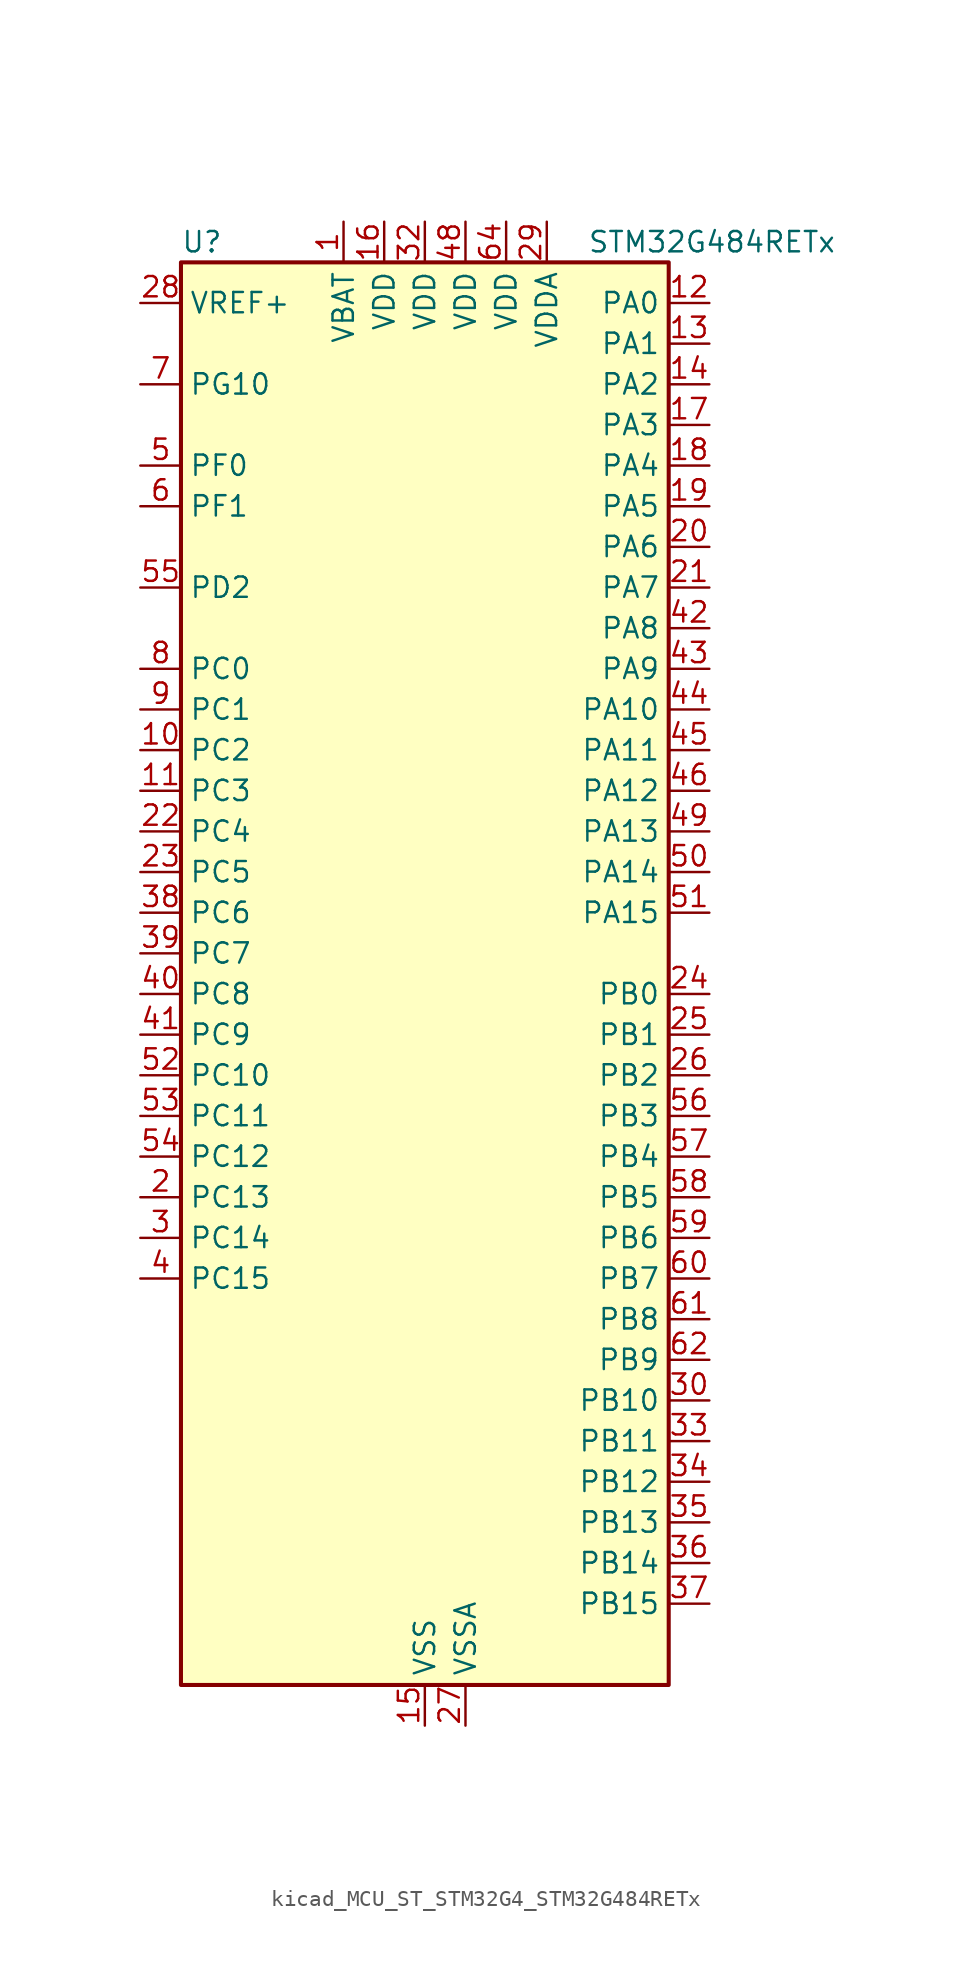
<source format=kicad_sym>
(kicad_symbol_lib
  (version 20220914)
  (generator kicad_symbol_editor)
  (symbol "kicad_MCU_ST_STM32G4_STM32G484RETx"
    (property "Reference" "U"
      (at -15.24 46.99 0)
      (effects (font (size 1.27 1.27)) (justify left)))
    (property "Value" "STM32G484RETx"
      (at 10.16 46.99 0)
      (effects (font (size 1.27 1.27)) (justify left)))
    (property "ki_locked" ""
      (at 0 0 0)
      (effects (font (size 1.27 1.27))))
    (symbol "kicad_MCU_ST_STM32G4_STM32G484RETx_0_1"
      (rectangle (start -15.24 -43.18) (end 15.24 45.72) (stroke (width 0.254) (type default)) (fill (type background))))
    (symbol "kicad_MCU_ST_STM32G4_STM32G484RETx_1_1"
      (pin power_in line (at -5.08 48.26 270) (length 2.54) (name "VBAT" (effects (font (size 1.27 1.27)))) (number "1" (effects (font (size 1.27 1.27)))))
      (pin bidirectional line (at -17.78 15.24 0) (length 2.54) (name "PC2" (effects (font (size 1.27 1.27)))) (number "10" (effects (font (size 1.27 1.27)))) (alternate "ADC1_IN8" bidirectional line) (alternate "ADC2_IN8" bidirectional line) (alternate "ADC3_EXTI2" bidirectional line) (alternate "ADC4_EXTI2" bidirectional line) (alternate "ADC5_EXTI2" bidirectional line) (alternate "COMP3_OUT" bidirectional line) (alternate "LPTIM1_IN2" bidirectional line) (alternate "QUADSPI1_BK2_IO1" bidirectional line) (alternate "TIM1_CH3" bidirectional line) (alternate "TIM20_CH2" bidirectional line))
      (pin bidirectional line (at -17.78 12.7 0) (length 2.54) (name "PC3" (effects (font (size 1.27 1.27)))) (number "11" (effects (font (size 1.27 1.27)))) (alternate "ADC1_IN9" bidirectional line) (alternate "ADC2_IN9" bidirectional line) (alternate "ADC3_EXTI3" bidirectional line) (alternate "ADC4_EXTI3" bidirectional line) (alternate "ADC5_EXTI3" bidirectional line) (alternate "LPTIM1_ETR" bidirectional line) (alternate "OPAMP5_VINP" bidirectional line) (alternate "OPAMP5_VINP_SEC" bidirectional line) (alternate "QUADSPI1_BK2_IO2" bidirectional line) (alternate "SAI1_D1" bidirectional line) (alternate "SAI1_SD_A" bidirectional line) (alternate "TIM1_BKIN2" bidirectional line) (alternate "TIM1_CH4" bidirectional line))
      (pin bidirectional line (at 17.78 43.18 180) (length 2.54) (name "PA0" (effects (font (size 1.27 1.27)))) (number "12" (effects (font (size 1.27 1.27)))) (alternate "ADC1_IN1" bidirectional line) (alternate "ADC2_IN1" bidirectional line) (alternate "COMP1_INM" bidirectional line) (alternate "COMP1_OUT" bidirectional line) (alternate "COMP3_INP" bidirectional line) (alternate "RTC_TAMP2" bidirectional line) (alternate "SYS_WKUP1" bidirectional line) (alternate "TIM2_CH1" bidirectional line) (alternate "TIM2_ETR" bidirectional line) (alternate "TIM5_CH1" bidirectional line) (alternate "TIM8_BKIN" bidirectional line) (alternate "TIM8_ETR" bidirectional line) (alternate "USART2_CTS" bidirectional line) (alternate "USART2_NSS" bidirectional line))
      (pin bidirectional line (at 17.78 40.64 180) (length 2.54) (name "PA1" (effects (font (size 1.27 1.27)))) (number "13" (effects (font (size 1.27 1.27)))) (alternate "ADC1_IN2" bidirectional line) (alternate "ADC2_IN2" bidirectional line) (alternate "COMP1_INP" bidirectional line) (alternate "OPAMP1_VINP" bidirectional line) (alternate "OPAMP1_VINP_SEC" bidirectional line) (alternate "OPAMP3_VINP" bidirectional line) (alternate "OPAMP3_VINP_SEC" bidirectional line) (alternate "OPAMP6_VINM" bidirectional line) (alternate "OPAMP6_VINM0" bidirectional line) (alternate "OPAMP6_VINM_SEC" bidirectional line) (alternate "RTC_REFIN" bidirectional line) (alternate "TIM15_CH1N" bidirectional line) (alternate "TIM2_CH2" bidirectional line) (alternate "TIM5_CH2" bidirectional line) (alternate "USART2_DE" bidirectional line) (alternate "USART2_RTS" bidirectional line))
      (pin bidirectional line (at 17.78 38.1 180) (length 2.54) (name "PA2" (effects (font (size 1.27 1.27)))) (number "14" (effects (font (size 1.27 1.27)))) (alternate "ADC1_IN3" bidirectional line) (alternate "ADC3_EXTI2" bidirectional line) (alternate "ADC4_EXTI2" bidirectional line) (alternate "ADC5_EXTI2" bidirectional line) (alternate "COMP2_INM" bidirectional line) (alternate "COMP2_OUT" bidirectional line) (alternate "LPUART1_TX" bidirectional line) (alternate "OPAMP1_VOUT" bidirectional line) (alternate "QUADSPI1_BK1_NCS" bidirectional line) (alternate "RCC_LSCO" bidirectional line) (alternate "SYS_WKUP4" bidirectional line) (alternate "TIM15_CH1" bidirectional line) (alternate "TIM2_CH3" bidirectional line) (alternate "TIM5_CH3" bidirectional line) (alternate "UCPD1_FRSTX1" bidirectional line) (alternate "UCPD1_FRSTX2" bidirectional line) (alternate "USART2_TX" bidirectional line))
      (pin power_in line (at 0 -45.72 90) (length 2.54) (name "VSS" (effects (font (size 1.27 1.27)))) (number "15" (effects (font (size 1.27 1.27)))))
      (pin power_in line (at -2.54 48.26 270) (length 2.54) (name "VDD" (effects (font (size 1.27 1.27)))) (number "16" (effects (font (size 1.27 1.27)))))
      (pin bidirectional line (at 17.78 35.56 180) (length 2.54) (name "PA3" (effects (font (size 1.27 1.27)))) (number "17" (effects (font (size 1.27 1.27)))) (alternate "ADC1_IN4" bidirectional line) (alternate "ADC3_EXTI3" bidirectional line) (alternate "ADC4_EXTI3" bidirectional line) (alternate "ADC5_EXTI3" bidirectional line) (alternate "COMP2_INP" bidirectional line) (alternate "LPUART1_RX" bidirectional line) (alternate "OPAMP1_VINM" bidirectional line) (alternate "OPAMP1_VINM0" bidirectional line) (alternate "OPAMP1_VINM_SEC" bidirectional line) (alternate "OPAMP1_VINP" bidirectional line) (alternate "OPAMP1_VINP_SEC" bidirectional line) (alternate "OPAMP5_VINM" bidirectional line) (alternate "OPAMP5_VINM1" bidirectional line) (alternate "OPAMP5_VINM_SEC" bidirectional line) (alternate "QUADSPI1_CLK" bidirectional line) (alternate "SAI1_CK1" bidirectional line) (alternate "SAI1_MCLK_A" bidirectional line) (alternate "TIM15_CH2" bidirectional line) (alternate "TIM2_CH4" bidirectional line) (alternate "TIM5_CH4" bidirectional line) (alternate "USART2_RX" bidirectional line))
      (pin bidirectional line (at 17.78 33.02 180) (length 2.54) (name "PA4" (effects (font (size 1.27 1.27)))) (number "18" (effects (font (size 1.27 1.27)))) (alternate "ADC2_IN17" bidirectional line) (alternate "COMP1_INM" bidirectional line) (alternate "DAC1_OUT1" bidirectional line) (alternate "I2S3_WS" bidirectional line) (alternate "SAI1_FS_B" bidirectional line) (alternate "SPI1_NSS" bidirectional line) (alternate "SPI3_NSS" bidirectional line) (alternate "TIM3_CH2" bidirectional line) (alternate "USART2_CK" bidirectional line))
      (pin bidirectional line (at 17.78 30.48 180) (length 2.54) (name "PA5" (effects (font (size 1.27 1.27)))) (number "19" (effects (font (size 1.27 1.27)))) (alternate "ADC2_IN13" bidirectional line) (alternate "COMP2_INM" bidirectional line) (alternate "DAC1_OUT2" bidirectional line) (alternate "OPAMP2_VINM" bidirectional line) (alternate "OPAMP2_VINM0" bidirectional line) (alternate "OPAMP2_VINM_SEC" bidirectional line) (alternate "SPI1_SCK" bidirectional line) (alternate "TIM2_CH1" bidirectional line) (alternate "TIM2_ETR" bidirectional line) (alternate "UCPD1_FRSTX1" bidirectional line) (alternate "UCPD1_FRSTX2" bidirectional line))
      (pin bidirectional line (at -17.78 -12.7 0) (length 2.54) (name "PC13" (effects (font (size 1.27 1.27)))) (number "2" (effects (font (size 1.27 1.27)))) (alternate "RTC_OUT1" bidirectional line) (alternate "RTC_TAMP1" bidirectional line) (alternate "RTC_TS" bidirectional line) (alternate "SYS_WKUP2" bidirectional line) (alternate "TIM1_BKIN" bidirectional line) (alternate "TIM1_CH1N" bidirectional line) (alternate "TIM8_CH4N" bidirectional line))
      (pin bidirectional line (at 17.78 27.94 180) (length 2.54) (name "PA6" (effects (font (size 1.27 1.27)))) (number "20" (effects (font (size 1.27 1.27)))) (alternate "ADC2_IN3" bidirectional line) (alternate "COMP1_OUT" bidirectional line) (alternate "DAC2_OUT1" bidirectional line) (alternate "LPUART1_CTS" bidirectional line) (alternate "OPAMP2_VOUT" bidirectional line) (alternate "QUADSPI1_BK1_IO3" bidirectional line) (alternate "SPI1_MISO" bidirectional line) (alternate "TIM16_CH1" bidirectional line) (alternate "TIM1_BKIN" bidirectional line) (alternate "TIM3_CH1" bidirectional line) (alternate "TIM8_BKIN" bidirectional line))
      (pin bidirectional line (at 17.78 25.4 180) (length 2.54) (name "PA7" (effects (font (size 1.27 1.27)))) (number "21" (effects (font (size 1.27 1.27)))) (alternate "ADC2_IN4" bidirectional line) (alternate "COMP2_INP" bidirectional line) (alternate "COMP2_OUT" bidirectional line) (alternate "OPAMP1_VINP" bidirectional line) (alternate "OPAMP1_VINP_SEC" bidirectional line) (alternate "OPAMP2_VINP" bidirectional line) (alternate "OPAMP2_VINP_SEC" bidirectional line) (alternate "QUADSPI1_BK1_IO2" bidirectional line) (alternate "SPI1_MOSI" bidirectional line) (alternate "TIM17_CH1" bidirectional line) (alternate "TIM1_CH1N" bidirectional line) (alternate "TIM3_CH2" bidirectional line) (alternate "TIM8_CH1N" bidirectional line) (alternate "UCPD1_FRSTX1" bidirectional line) (alternate "UCPD1_FRSTX2" bidirectional line))
      (pin bidirectional line (at -17.78 10.16 0) (length 2.54) (name "PC4" (effects (font (size 1.27 1.27)))) (number "22" (effects (font (size 1.27 1.27)))) (alternate "ADC2_IN5" bidirectional line) (alternate "I2C2_SCL" bidirectional line) (alternate "QUADSPI1_BK2_IO3" bidirectional line) (alternate "TIM1_ETR" bidirectional line) (alternate "USART1_TX" bidirectional line))
      (pin bidirectional line (at -17.78 7.62 0) (length 2.54) (name "PC5" (effects (font (size 1.27 1.27)))) (number "23" (effects (font (size 1.27 1.27)))) (alternate "ADC2_IN11" bidirectional line) (alternate "HRTIM1_EEV10" bidirectional line) (alternate "OPAMP1_VINM" bidirectional line) (alternate "OPAMP1_VINM1" bidirectional line) (alternate "OPAMP1_VINM_SEC" bidirectional line) (alternate "OPAMP2_VINM" bidirectional line) (alternate "OPAMP2_VINM1" bidirectional line) (alternate "OPAMP2_VINM_SEC" bidirectional line) (alternate "SAI1_D3" bidirectional line) (alternate "SYS_WKUP5" bidirectional line) (alternate "TIM15_BKIN" bidirectional line) (alternate "TIM1_CH4N" bidirectional line) (alternate "USART1_RX" bidirectional line))
      (pin bidirectional line (at 17.78 0 180) (length 2.54) (name "PB0" (effects (font (size 1.27 1.27)))) (number "24" (effects (font (size 1.27 1.27)))) (alternate "ADC1_IN15" bidirectional line) (alternate "ADC3_IN12" bidirectional line) (alternate "COMP4_INP" bidirectional line) (alternate "HRTIM1_FLT5" bidirectional line) (alternate "OPAMP2_VINP" bidirectional line) (alternate "OPAMP2_VINP_SEC" bidirectional line) (alternate "OPAMP3_VINP" bidirectional line) (alternate "OPAMP3_VINP_SEC" bidirectional line) (alternate "QUADSPI1_BK1_IO1" bidirectional line) (alternate "TIM1_CH2N" bidirectional line) (alternate "TIM3_CH3" bidirectional line) (alternate "TIM8_CH2N" bidirectional line) (alternate "UCPD1_FRSTX1" bidirectional line) (alternate "UCPD1_FRSTX2" bidirectional line))
      (pin bidirectional line (at 17.78 -2.54 180) (length 2.54) (name "PB1" (effects (font (size 1.27 1.27)))) (number "25" (effects (font (size 1.27 1.27)))) (alternate "ADC1_IN12" bidirectional line) (alternate "ADC3_IN1" bidirectional line) (alternate "COMP1_INP" bidirectional line) (alternate "COMP4_OUT" bidirectional line) (alternate "HRTIM1_SCOUT" bidirectional line) (alternate "LPUART1_DE" bidirectional line) (alternate "LPUART1_RTS" bidirectional line) (alternate "OPAMP3_VOUT" bidirectional line) (alternate "OPAMP6_VINM" bidirectional line) (alternate "OPAMP6_VINM1" bidirectional line) (alternate "OPAMP6_VINM_SEC" bidirectional line) (alternate "QUADSPI1_BK1_IO0" bidirectional line) (alternate "TIM1_CH3N" bidirectional line) (alternate "TIM3_CH4" bidirectional line) (alternate "TIM8_CH3N" bidirectional line))
      (pin bidirectional line (at 17.78 -5.08 180) (length 2.54) (name "PB2" (effects (font (size 1.27 1.27)))) (number "26" (effects (font (size 1.27 1.27)))) (alternate "ADC2_IN12" bidirectional line) (alternate "ADC3_EXTI2" bidirectional line) (alternate "ADC4_EXTI2" bidirectional line) (alternate "ADC5_EXTI2" bidirectional line) (alternate "COMP4_INM" bidirectional line) (alternate "HRTIM1_SCIN" bidirectional line) (alternate "I2C3_SMBA" bidirectional line) (alternate "LPTIM1_OUT" bidirectional line) (alternate "OPAMP3_VINM" bidirectional line) (alternate "OPAMP3_VINM0" bidirectional line) (alternate "OPAMP3_VINM_SEC" bidirectional line) (alternate "QUADSPI1_BK2_IO1" bidirectional line) (alternate "RTC_OUT2" bidirectional line) (alternate "TIM20_CH1" bidirectional line) (alternate "TIM5_CH1" bidirectional line))
      (pin power_in line (at 2.54 -45.72 90) (length 2.54) (name "VSSA" (effects (font (size 1.27 1.27)))) (number "27" (effects (font (size 1.27 1.27)))))
      (pin input line (at -17.78 43.18 0) (length 2.54) (name "VREF+" (effects (font (size 1.27 1.27)))) (number "28" (effects (font (size 1.27 1.27)))) (alternate "VREFBUF_OUT" bidirectional line))
      (pin power_in line (at 7.62 48.26 270) (length 2.54) (name "VDDA" (effects (font (size 1.27 1.27)))) (number "29" (effects (font (size 1.27 1.27)))))
      (pin bidirectional line (at -17.78 -15.24 0) (length 2.54) (name "PC14" (effects (font (size 1.27 1.27)))) (number "3" (effects (font (size 1.27 1.27)))) (alternate "RCC_OSC32_IN" bidirectional line))
      (pin bidirectional line (at 17.78 -25.4 180) (length 2.54) (name "PB10" (effects (font (size 1.27 1.27)))) (number "30" (effects (font (size 1.27 1.27)))) (alternate "COMP5_INM" bidirectional line) (alternate "DAC1_EXTI10" bidirectional line) (alternate "DAC2_EXTI10" bidirectional line) (alternate "DAC3_EXTI10" bidirectional line) (alternate "DAC4_EXTI10" bidirectional line) (alternate "HRTIM1_FLT3" bidirectional line) (alternate "LPUART1_RX" bidirectional line) (alternate "OPAMP3_VINM" bidirectional line) (alternate "OPAMP3_VINM1" bidirectional line) (alternate "OPAMP3_VINM_SEC" bidirectional line) (alternate "OPAMP4_VINM" bidirectional line) (alternate "OPAMP4_VINM0" bidirectional line) (alternate "OPAMP4_VINM_SEC" bidirectional line) (alternate "QUADSPI1_CLK" bidirectional line) (alternate "SAI1_SCK_A" bidirectional line) (alternate "TIM1_BKIN" bidirectional line) (alternate "TIM2_CH3" bidirectional line) (alternate "USART3_TX" bidirectional line))
      (pin passive line (at 0 -45.72 90) (length 2.54) hide (name "VSS" (effects (font (size 1.27 1.27)))) (number "31" (effects (font (size 1.27 1.27)))))
      (pin power_in line (at 0 48.26 270) (length 2.54) (name "VDD" (effects (font (size 1.27 1.27)))) (number "32" (effects (font (size 1.27 1.27)))))
      (pin bidirectional line (at 17.78 -27.94 180) (length 2.54) (name "PB11" (effects (font (size 1.27 1.27)))) (number "33" (effects (font (size 1.27 1.27)))) (alternate "ADC1_EXTI11" bidirectional line) (alternate "ADC1_IN14" bidirectional line) (alternate "ADC2_EXTI11" bidirectional line) (alternate "ADC2_IN14" bidirectional line) (alternate "COMP6_INP" bidirectional line) (alternate "HRTIM1_FLT4" bidirectional line) (alternate "LPUART1_TX" bidirectional line) (alternate "OPAMP4_VINP" bidirectional line) (alternate "OPAMP4_VINP_SEC" bidirectional line) (alternate "OPAMP6_VOUT" bidirectional line) (alternate "QUADSPI1_BK1_NCS" bidirectional line) (alternate "TIM2_CH4" bidirectional line) (alternate "USART3_RX" bidirectional line))
      (pin bidirectional line (at 17.78 -30.48 180) (length 2.54) (name "PB12" (effects (font (size 1.27 1.27)))) (number "34" (effects (font (size 1.27 1.27)))) (alternate "ADC1_IN11" bidirectional line) (alternate "ADC4_IN3" bidirectional line) (alternate "COMP7_INM" bidirectional line) (alternate "FDCAN2_RX" bidirectional line) (alternate "HRTIM1_CHC1" bidirectional line) (alternate "I2C2_SMBA" bidirectional line) (alternate "I2S2_WS" bidirectional line) (alternate "LPUART1_DE" bidirectional line) (alternate "LPUART1_RTS" bidirectional line) (alternate "OPAMP4_VOUT" bidirectional line) (alternate "OPAMP6_VINP" bidirectional line) (alternate "OPAMP6_VINP_SEC" bidirectional line) (alternate "SPI2_NSS" bidirectional line) (alternate "TIM1_BKIN" bidirectional line) (alternate "TIM5_ETR" bidirectional line) (alternate "USART3_CK" bidirectional line))
      (pin bidirectional line (at 17.78 -33.02 180) (length 2.54) (name "PB13" (effects (font (size 1.27 1.27)))) (number "35" (effects (font (size 1.27 1.27)))) (alternate "ADC3_IN5" bidirectional line) (alternate "COMP5_INP" bidirectional line) (alternate "FDCAN2_TX" bidirectional line) (alternate "HRTIM1_CHC2" bidirectional line) (alternate "I2S2_CK" bidirectional line) (alternate "LPUART1_CTS" bidirectional line) (alternate "OPAMP3_VINP" bidirectional line) (alternate "OPAMP3_VINP_SEC" bidirectional line) (alternate "OPAMP4_VINP" bidirectional line) (alternate "OPAMP4_VINP_SEC" bidirectional line) (alternate "OPAMP6_VINP" bidirectional line) (alternate "OPAMP6_VINP_SEC" bidirectional line) (alternate "SPI2_SCK" bidirectional line) (alternate "TIM1_CH1N" bidirectional line) (alternate "USART3_CTS" bidirectional line) (alternate "USART3_NSS" bidirectional line))
      (pin bidirectional line (at 17.78 -35.56 180) (length 2.54) (name "PB14" (effects (font (size 1.27 1.27)))) (number "36" (effects (font (size 1.27 1.27)))) (alternate "ADC1_IN5" bidirectional line) (alternate "ADC4_IN4" bidirectional line) (alternate "COMP4_OUT" bidirectional line) (alternate "COMP7_INP" bidirectional line) (alternate "HRTIM1_CHD1" bidirectional line) (alternate "OPAMP2_VINP" bidirectional line) (alternate "OPAMP2_VINP_SEC" bidirectional line) (alternate "OPAMP5_VINP" bidirectional line) (alternate "OPAMP5_VINP_SEC" bidirectional line) (alternate "SPI2_MISO" bidirectional line) (alternate "TIM15_CH1" bidirectional line) (alternate "TIM1_CH2N" bidirectional line) (alternate "USART3_DE" bidirectional line) (alternate "USART3_RTS" bidirectional line))
      (pin bidirectional line (at 17.78 -38.1 180) (length 2.54) (name "PB15" (effects (font (size 1.27 1.27)))) (number "37" (effects (font (size 1.27 1.27)))) (alternate "ADC1_EXTI15" bidirectional line) (alternate "ADC2_EXTI15" bidirectional line) (alternate "ADC2_IN15" bidirectional line) (alternate "ADC4_IN5" bidirectional line) (alternate "COMP3_OUT" bidirectional line) (alternate "COMP6_INM" bidirectional line) (alternate "HRTIM1_CHD2" bidirectional line) (alternate "I2S2_SD" bidirectional line) (alternate "OPAMP5_VINM" bidirectional line) (alternate "OPAMP5_VINM0" bidirectional line) (alternate "OPAMP5_VINM_SEC" bidirectional line) (alternate "RTC_REFIN" bidirectional line) (alternate "SPI2_MOSI" bidirectional line) (alternate "TIM15_CH1N" bidirectional line) (alternate "TIM15_CH2" bidirectional line) (alternate "TIM1_CH3N" bidirectional line))
      (pin bidirectional line (at -17.78 5.08 0) (length 2.54) (name "PC6" (effects (font (size 1.27 1.27)))) (number "38" (effects (font (size 1.27 1.27)))) (alternate "COMP6_OUT" bidirectional line) (alternate "HRTIM1_CHF1" bidirectional line) (alternate "HRTIM1_EEV10" bidirectional line) (alternate "I2C4_SCL" bidirectional line) (alternate "I2S2_MCK" bidirectional line) (alternate "TIM3_CH1" bidirectional line) (alternate "TIM8_CH1" bidirectional line))
      (pin bidirectional line (at -17.78 2.54 0) (length 2.54) (name "PC7" (effects (font (size 1.27 1.27)))) (number "39" (effects (font (size 1.27 1.27)))) (alternate "COMP5_OUT" bidirectional line) (alternate "HRTIM1_CHF2" bidirectional line) (alternate "HRTIM1_FLT5" bidirectional line) (alternate "I2C4_SDA" bidirectional line) (alternate "I2S3_MCK" bidirectional line) (alternate "TIM3_CH2" bidirectional line) (alternate "TIM8_CH2" bidirectional line))
      (pin bidirectional line (at -17.78 -17.78 0) (length 2.54) (name "PC15" (effects (font (size 1.27 1.27)))) (number "4" (effects (font (size 1.27 1.27)))) (alternate "ADC1_EXTI15" bidirectional line) (alternate "ADC2_EXTI15" bidirectional line) (alternate "RCC_OSC32_OUT" bidirectional line))
      (pin bidirectional line (at -17.78 0 0) (length 2.54) (name "PC8" (effects (font (size 1.27 1.27)))) (number "40" (effects (font (size 1.27 1.27)))) (alternate "COMP7_OUT" bidirectional line) (alternate "HRTIM1_CHE1" bidirectional line) (alternate "I2C3_SCL" bidirectional line) (alternate "TIM20_CH3" bidirectional line) (alternate "TIM3_CH3" bidirectional line) (alternate "TIM8_CH3" bidirectional line))
      (pin bidirectional line (at -17.78 -2.54 0) (length 2.54) (name "PC9" (effects (font (size 1.27 1.27)))) (number "41" (effects (font (size 1.27 1.27)))) (alternate "DAC1_EXTI9" bidirectional line) (alternate "DAC2_EXTI9" bidirectional line) (alternate "DAC3_EXTI9" bidirectional line) (alternate "DAC4_EXTI9" bidirectional line) (alternate "HRTIM1_CHE2" bidirectional line) (alternate "I2C3_SDA" bidirectional line) (alternate "I2S_CKIN" bidirectional line) (alternate "TIM3_CH4" bidirectional line) (alternate "TIM8_BKIN2" bidirectional line) (alternate "TIM8_CH4" bidirectional line))
      (pin bidirectional line (at 17.78 22.86 180) (length 2.54) (name "PA8" (effects (font (size 1.27 1.27)))) (number "42" (effects (font (size 1.27 1.27)))) (alternate "ADC5_IN1" bidirectional line) (alternate "COMP7_OUT" bidirectional line) (alternate "FDCAN3_RX" bidirectional line) (alternate "HRTIM1_CHA1" bidirectional line) (alternate "I2C2_SDA" bidirectional line) (alternate "I2C3_SCL" bidirectional line) (alternate "I2S2_MCK" bidirectional line) (alternate "OPAMP5_VOUT" bidirectional line) (alternate "RCC_MCO" bidirectional line) (alternate "SAI1_CK2" bidirectional line) (alternate "SAI1_SCK_A" bidirectional line) (alternate "TIM1_CH1" bidirectional line) (alternate "TIM4_ETR" bidirectional line) (alternate "USART1_CK" bidirectional line))
      (pin bidirectional line (at 17.78 20.32 180) (length 2.54) (name "PA9" (effects (font (size 1.27 1.27)))) (number "43" (effects (font (size 1.27 1.27)))) (alternate "ADC5_IN2" bidirectional line) (alternate "COMP5_OUT" bidirectional line) (alternate "DAC1_EXTI9" bidirectional line) (alternate "DAC2_EXTI9" bidirectional line) (alternate "DAC3_EXTI9" bidirectional line) (alternate "DAC4_EXTI9" bidirectional line) (alternate "HRTIM1_CHA2" bidirectional line) (alternate "I2C2_SCL" bidirectional line) (alternate "I2C3_SMBA" bidirectional line) (alternate "I2S3_MCK" bidirectional line) (alternate "SAI1_FS_A" bidirectional line) (alternate "TIM15_BKIN" bidirectional line) (alternate "TIM1_CH2" bidirectional line) (alternate "TIM2_CH3" bidirectional line) (alternate "UCPD1_DBCC1" bidirectional line) (alternate "USART1_TX" bidirectional line))
      (pin bidirectional line (at 17.78 17.78 180) (length 2.54) (name "PA10" (effects (font (size 1.27 1.27)))) (number "44" (effects (font (size 1.27 1.27)))) (alternate "COMP6_OUT" bidirectional line) (alternate "CRS_SYNC" bidirectional line) (alternate "DAC1_EXTI10" bidirectional line) (alternate "DAC2_EXTI10" bidirectional line) (alternate "DAC3_EXTI10" bidirectional line) (alternate "DAC4_EXTI10" bidirectional line) (alternate "HRTIM1_CHB1" bidirectional line) (alternate "I2C2_SMBA" bidirectional line) (alternate "SAI1_D1" bidirectional line) (alternate "SAI1_SD_A" bidirectional line) (alternate "SPI2_MISO" bidirectional line) (alternate "TIM17_BKIN" bidirectional line) (alternate "TIM1_CH3" bidirectional line) (alternate "TIM2_CH4" bidirectional line) (alternate "TIM8_BKIN" bidirectional line) (alternate "UCPD1_DBCC2" bidirectional line) (alternate "USART1_RX" bidirectional line))
      (pin bidirectional line (at 17.78 15.24 180) (length 2.54) (name "PA11" (effects (font (size 1.27 1.27)))) (number "45" (effects (font (size 1.27 1.27)))) (alternate "ADC1_EXTI11" bidirectional line) (alternate "ADC2_EXTI11" bidirectional line) (alternate "COMP1_OUT" bidirectional line) (alternate "FDCAN1_RX" bidirectional line) (alternate "HRTIM1_CHB2" bidirectional line) (alternate "I2S2_SD" bidirectional line) (alternate "SPI2_MOSI" bidirectional line) (alternate "TIM1_BKIN2" bidirectional line) (alternate "TIM1_CH1N" bidirectional line) (alternate "TIM1_CH4" bidirectional line) (alternate "TIM4_CH1" bidirectional line) (alternate "USART1_CTS" bidirectional line) (alternate "USART1_NSS" bidirectional line) (alternate "USB_DM" bidirectional line))
      (pin bidirectional line (at 17.78 12.7 180) (length 2.54) (name "PA12" (effects (font (size 1.27 1.27)))) (number "46" (effects (font (size 1.27 1.27)))) (alternate "COMP2_OUT" bidirectional line) (alternate "FDCAN1_TX" bidirectional line) (alternate "HRTIM1_FLT1" bidirectional line) (alternate "I2S_CKIN" bidirectional line) (alternate "TIM16_CH1" bidirectional line) (alternate "TIM1_CH2N" bidirectional line) (alternate "TIM1_ETR" bidirectional line) (alternate "TIM4_CH2" bidirectional line) (alternate "USART1_DE" bidirectional line) (alternate "USART1_RTS" bidirectional line) (alternate "USB_DP" bidirectional line))
      (pin passive line (at 0 -45.72 90) (length 2.54) hide (name "VSS" (effects (font (size 1.27 1.27)))) (number "47" (effects (font (size 1.27 1.27)))))
      (pin power_in line (at 2.54 48.26 270) (length 2.54) (name "VDD" (effects (font (size 1.27 1.27)))) (number "48" (effects (font (size 1.27 1.27)))))
      (pin bidirectional line (at 17.78 10.16 180) (length 2.54) (name "PA13" (effects (font (size 1.27 1.27)))) (number "49" (effects (font (size 1.27 1.27)))) (alternate "I2C1_SCL" bidirectional line) (alternate "I2C4_SCL" bidirectional line) (alternate "IR_OUT" bidirectional line) (alternate "SAI1_SD_B" bidirectional line) (alternate "SYS_JTMS-SWDIO" bidirectional line) (alternate "TIM16_CH1N" bidirectional line) (alternate "TIM4_CH3" bidirectional line) (alternate "USART3_CTS" bidirectional line) (alternate "USART3_NSS" bidirectional line))
      (pin bidirectional line (at -17.78 33.02 0) (length 2.54) (name "PF0" (effects (font (size 1.27 1.27)))) (number "5" (effects (font (size 1.27 1.27)))) (alternate "ADC1_IN10" bidirectional line) (alternate "I2C2_SDA" bidirectional line) (alternate "I2S2_WS" bidirectional line) (alternate "RCC_OSC_IN" bidirectional line) (alternate "SPI2_NSS" bidirectional line) (alternate "TIM1_CH3N" bidirectional line))
      (pin bidirectional line (at 17.78 7.62 180) (length 2.54) (name "PA14" (effects (font (size 1.27 1.27)))) (number "50" (effects (font (size 1.27 1.27)))) (alternate "I2C1_SDA" bidirectional line) (alternate "I2C4_SMBA" bidirectional line) (alternate "LPTIM1_OUT" bidirectional line) (alternate "SAI1_FS_B" bidirectional line) (alternate "SYS_JTCK-SWCLK" bidirectional line) (alternate "TIM1_BKIN" bidirectional line) (alternate "TIM8_CH2" bidirectional line) (alternate "USART2_TX" bidirectional line))
      (pin bidirectional line (at 17.78 5.08 180) (length 2.54) (name "PA15" (effects (font (size 1.27 1.27)))) (number "51" (effects (font (size 1.27 1.27)))) (alternate "ADC1_EXTI15" bidirectional line) (alternate "ADC2_EXTI15" bidirectional line) (alternate "FDCAN3_TX" bidirectional line) (alternate "HRTIM1_FLT2" bidirectional line) (alternate "I2C1_SCL" bidirectional line) (alternate "I2S3_WS" bidirectional line) (alternate "SPI1_NSS" bidirectional line) (alternate "SPI3_NSS" bidirectional line) (alternate "SYS_JTDI" bidirectional line) (alternate "TIM1_BKIN" bidirectional line) (alternate "TIM2_CH1" bidirectional line) (alternate "TIM2_ETR" bidirectional line) (alternate "TIM8_CH1" bidirectional line) (alternate "UART4_DE" bidirectional line) (alternate "UART4_RTS" bidirectional line) (alternate "USART2_RX" bidirectional line))
      (pin bidirectional line (at -17.78 -5.08 0) (length 2.54) (name "PC10" (effects (font (size 1.27 1.27)))) (number "52" (effects (font (size 1.27 1.27)))) (alternate "DAC1_EXTI10" bidirectional line) (alternate "DAC2_EXTI10" bidirectional line) (alternate "DAC3_EXTI10" bidirectional line) (alternate "DAC4_EXTI10" bidirectional line) (alternate "HRTIM1_FLT6" bidirectional line) (alternate "I2S3_CK" bidirectional line) (alternate "SPI3_SCK" bidirectional line) (alternate "TIM8_CH1N" bidirectional line) (alternate "UART4_TX" bidirectional line) (alternate "USART3_TX" bidirectional line))
      (pin bidirectional line (at -17.78 -7.62 0) (length 2.54) (name "PC11" (effects (font (size 1.27 1.27)))) (number "53" (effects (font (size 1.27 1.27)))) (alternate "ADC1_EXTI11" bidirectional line) (alternate "ADC2_EXTI11" bidirectional line) (alternate "HRTIM1_EEV2" bidirectional line) (alternate "I2C3_SDA" bidirectional line) (alternate "SPI3_MISO" bidirectional line) (alternate "TIM8_CH2N" bidirectional line) (alternate "UART4_RX" bidirectional line) (alternate "USART3_RX" bidirectional line))
      (pin bidirectional line (at -17.78 -10.16 0) (length 2.54) (name "PC12" (effects (font (size 1.27 1.27)))) (number "54" (effects (font (size 1.27 1.27)))) (alternate "HRTIM1_EEV1" bidirectional line) (alternate "I2S3_SD" bidirectional line) (alternate "SPI3_MOSI" bidirectional line) (alternate "TIM5_CH2" bidirectional line) (alternate "TIM8_CH3N" bidirectional line) (alternate "UART5_TX" bidirectional line) (alternate "UCPD1_FRSTX1" bidirectional line) (alternate "UCPD1_FRSTX2" bidirectional line) (alternate "USART3_CK" bidirectional line))
      (pin bidirectional line (at -17.78 25.4 0) (length 2.54) (name "PD2" (effects (font (size 1.27 1.27)))) (number "55" (effects (font (size 1.27 1.27)))) (alternate "ADC3_EXTI2" bidirectional line) (alternate "ADC4_EXTI2" bidirectional line) (alternate "ADC5_EXTI2" bidirectional line) (alternate "TIM3_ETR" bidirectional line) (alternate "TIM8_BKIN" bidirectional line) (alternate "UART5_RX" bidirectional line))
      (pin bidirectional line (at 17.78 -7.62 180) (length 2.54) (name "PB3" (effects (font (size 1.27 1.27)))) (number "56" (effects (font (size 1.27 1.27)))) (alternate "ADC3_EXTI3" bidirectional line) (alternate "ADC4_EXTI3" bidirectional line) (alternate "ADC5_EXTI3" bidirectional line) (alternate "CRS_SYNC" bidirectional line) (alternate "FDCAN3_RX" bidirectional line) (alternate "HRTIM1_EEV9" bidirectional line) (alternate "HRTIM1_SCOUT" bidirectional line) (alternate "I2S3_CK" bidirectional line) (alternate "SAI1_SCK_B" bidirectional line) (alternate "SPI1_SCK" bidirectional line) (alternate "SPI3_SCK" bidirectional line) (alternate "SYS_JTDO-SWO" bidirectional line) (alternate "TIM2_CH2" bidirectional line) (alternate "TIM3_ETR" bidirectional line) (alternate "TIM4_ETR" bidirectional line) (alternate "TIM8_CH1N" bidirectional line) (alternate "USART2_TX" bidirectional line))
      (pin bidirectional line (at 17.78 -10.16 180) (length 2.54) (name "PB4" (effects (font (size 1.27 1.27)))) (number "57" (effects (font (size 1.27 1.27)))) (alternate "FDCAN3_TX" bidirectional line) (alternate "HRTIM1_EEV7" bidirectional line) (alternate "SAI1_MCLK_B" bidirectional line) (alternate "SPI1_MISO" bidirectional line) (alternate "SPI3_MISO" bidirectional line) (alternate "SYS_JTRST" bidirectional line) (alternate "TIM16_CH1" bidirectional line) (alternate "TIM17_BKIN" bidirectional line) (alternate "TIM3_CH1" bidirectional line) (alternate "TIM8_CH2N" bidirectional line) (alternate "UART5_DE" bidirectional line) (alternate "UART5_RTS" bidirectional line) (alternate "UCPD1_CC2" bidirectional line) (alternate "USART2_RX" bidirectional line))
      (pin bidirectional line (at 17.78 -12.7 180) (length 2.54) (name "PB5" (effects (font (size 1.27 1.27)))) (number "58" (effects (font (size 1.27 1.27)))) (alternate "FDCAN2_RX" bidirectional line) (alternate "HRTIM1_EEV6" bidirectional line) (alternate "I2C1_SMBA" bidirectional line) (alternate "I2C3_SDA" bidirectional line) (alternate "I2S3_SD" bidirectional line) (alternate "LPTIM1_IN1" bidirectional line) (alternate "SAI1_SD_B" bidirectional line) (alternate "SPI1_MOSI" bidirectional line) (alternate "SPI3_MOSI" bidirectional line) (alternate "TIM16_BKIN" bidirectional line) (alternate "TIM17_CH1" bidirectional line) (alternate "TIM3_CH2" bidirectional line) (alternate "TIM8_CH3N" bidirectional line) (alternate "UART5_CTS" bidirectional line) (alternate "USART2_CK" bidirectional line))
      (pin bidirectional line (at 17.78 -15.24 180) (length 2.54) (name "PB6" (effects (font (size 1.27 1.27)))) (number "59" (effects (font (size 1.27 1.27)))) (alternate "COMP4_OUT" bidirectional line) (alternate "FDCAN2_TX" bidirectional line) (alternate "HRTIM1_EEV4" bidirectional line) (alternate "HRTIM1_SCIN" bidirectional line) (alternate "LPTIM1_ETR" bidirectional line) (alternate "SAI1_FS_B" bidirectional line) (alternate "TIM16_CH1N" bidirectional line) (alternate "TIM4_CH1" bidirectional line) (alternate "TIM8_BKIN2" bidirectional line) (alternate "TIM8_CH1" bidirectional line) (alternate "TIM8_ETR" bidirectional line) (alternate "UCPD1_CC1" bidirectional line) (alternate "USART1_TX" bidirectional line))
      (pin bidirectional line (at -17.78 30.48 0) (length 2.54) (name "PF1" (effects (font (size 1.27 1.27)))) (number "6" (effects (font (size 1.27 1.27)))) (alternate "ADC2_IN10" bidirectional line) (alternate "COMP3_INM" bidirectional line) (alternate "I2S2_CK" bidirectional line) (alternate "RCC_OSC_OUT" bidirectional line) (alternate "SPI2_SCK" bidirectional line))
      (pin bidirectional line (at 17.78 -17.78 180) (length 2.54) (name "PB7" (effects (font (size 1.27 1.27)))) (number "60" (effects (font (size 1.27 1.27)))) (alternate "COMP3_OUT" bidirectional line) (alternate "HRTIM1_EEV3" bidirectional line) (alternate "I2C1_SDA" bidirectional line) (alternate "I2C4_SDA" bidirectional line) (alternate "LPTIM1_IN2" bidirectional line) (alternate "SYS_PVD_IN" bidirectional line) (alternate "TIM17_CH1N" bidirectional line) (alternate "TIM3_CH4" bidirectional line) (alternate "TIM4_CH2" bidirectional line) (alternate "TIM8_BKIN" bidirectional line) (alternate "UART4_CTS" bidirectional line) (alternate "USART1_RX" bidirectional line))
      (pin bidirectional line (at 17.78 -20.32 180) (length 2.54) (name "PB8" (effects (font (size 1.27 1.27)))) (number "61" (effects (font (size 1.27 1.27)))) (alternate "COMP1_OUT" bidirectional line) (alternate "FDCAN1_RX" bidirectional line) (alternate "HRTIM1_EEV8" bidirectional line) (alternate "I2C1_SCL" bidirectional line) (alternate "SAI1_CK1" bidirectional line) (alternate "SAI1_MCLK_A" bidirectional line) (alternate "TIM16_CH1" bidirectional line) (alternate "TIM1_BKIN" bidirectional line) (alternate "TIM4_CH3" bidirectional line) (alternate "TIM8_CH2" bidirectional line) (alternate "USART3_RX" bidirectional line))
      (pin bidirectional line (at 17.78 -22.86 180) (length 2.54) (name "PB9" (effects (font (size 1.27 1.27)))) (number "62" (effects (font (size 1.27 1.27)))) (alternate "COMP2_OUT" bidirectional line) (alternate "DAC1_EXTI9" bidirectional line) (alternate "DAC2_EXTI9" bidirectional line) (alternate "DAC3_EXTI9" bidirectional line) (alternate "DAC4_EXTI9" bidirectional line) (alternate "FDCAN1_TX" bidirectional line) (alternate "HRTIM1_EEV5" bidirectional line) (alternate "I2C1_SDA" bidirectional line) (alternate "IR_OUT" bidirectional line) (alternate "SAI1_D2" bidirectional line) (alternate "SAI1_FS_A" bidirectional line) (alternate "TIM17_CH1" bidirectional line) (alternate "TIM1_CH3N" bidirectional line) (alternate "TIM4_CH4" bidirectional line) (alternate "TIM8_CH3" bidirectional line) (alternate "USART3_TX" bidirectional line))
      (pin passive line (at 0 -45.72 90) (length 2.54) hide (name "VSS" (effects (font (size 1.27 1.27)))) (number "63" (effects (font (size 1.27 1.27)))))
      (pin power_in line (at 5.08 48.26 270) (length 2.54) (name "VDD" (effects (font (size 1.27 1.27)))) (number "64" (effects (font (size 1.27 1.27)))))
      (pin bidirectional line (at -17.78 38.1 0) (length 2.54) (name "PG10" (effects (font (size 1.27 1.27)))) (number "7" (effects (font (size 1.27 1.27)))) (alternate "DAC1_EXTI10" bidirectional line) (alternate "DAC2_EXTI10" bidirectional line) (alternate "DAC3_EXTI10" bidirectional line) (alternate "DAC4_EXTI10" bidirectional line) (alternate "RCC_MCO" bidirectional line))
      (pin bidirectional line (at -17.78 20.32 0) (length 2.54) (name "PC0" (effects (font (size 1.27 1.27)))) (number "8" (effects (font (size 1.27 1.27)))) (alternate "ADC1_IN6" bidirectional line) (alternate "ADC2_IN6" bidirectional line) (alternate "COMP3_INM" bidirectional line) (alternate "LPTIM1_IN1" bidirectional line) (alternate "LPUART1_RX" bidirectional line) (alternate "TIM1_CH1" bidirectional line))
      (pin bidirectional line (at -17.78 17.78 0) (length 2.54) (name "PC1" (effects (font (size 1.27 1.27)))) (number "9" (effects (font (size 1.27 1.27)))) (alternate "ADC1_IN7" bidirectional line) (alternate "ADC2_IN7" bidirectional line) (alternate "COMP3_INP" bidirectional line) (alternate "LPTIM1_OUT" bidirectional line) (alternate "LPUART1_TX" bidirectional line) (alternate "QUADSPI1_BK2_IO0" bidirectional line) (alternate "SAI1_SD_A" bidirectional line) (alternate "TIM1_CH2" bidirectional line)))))
</source>
